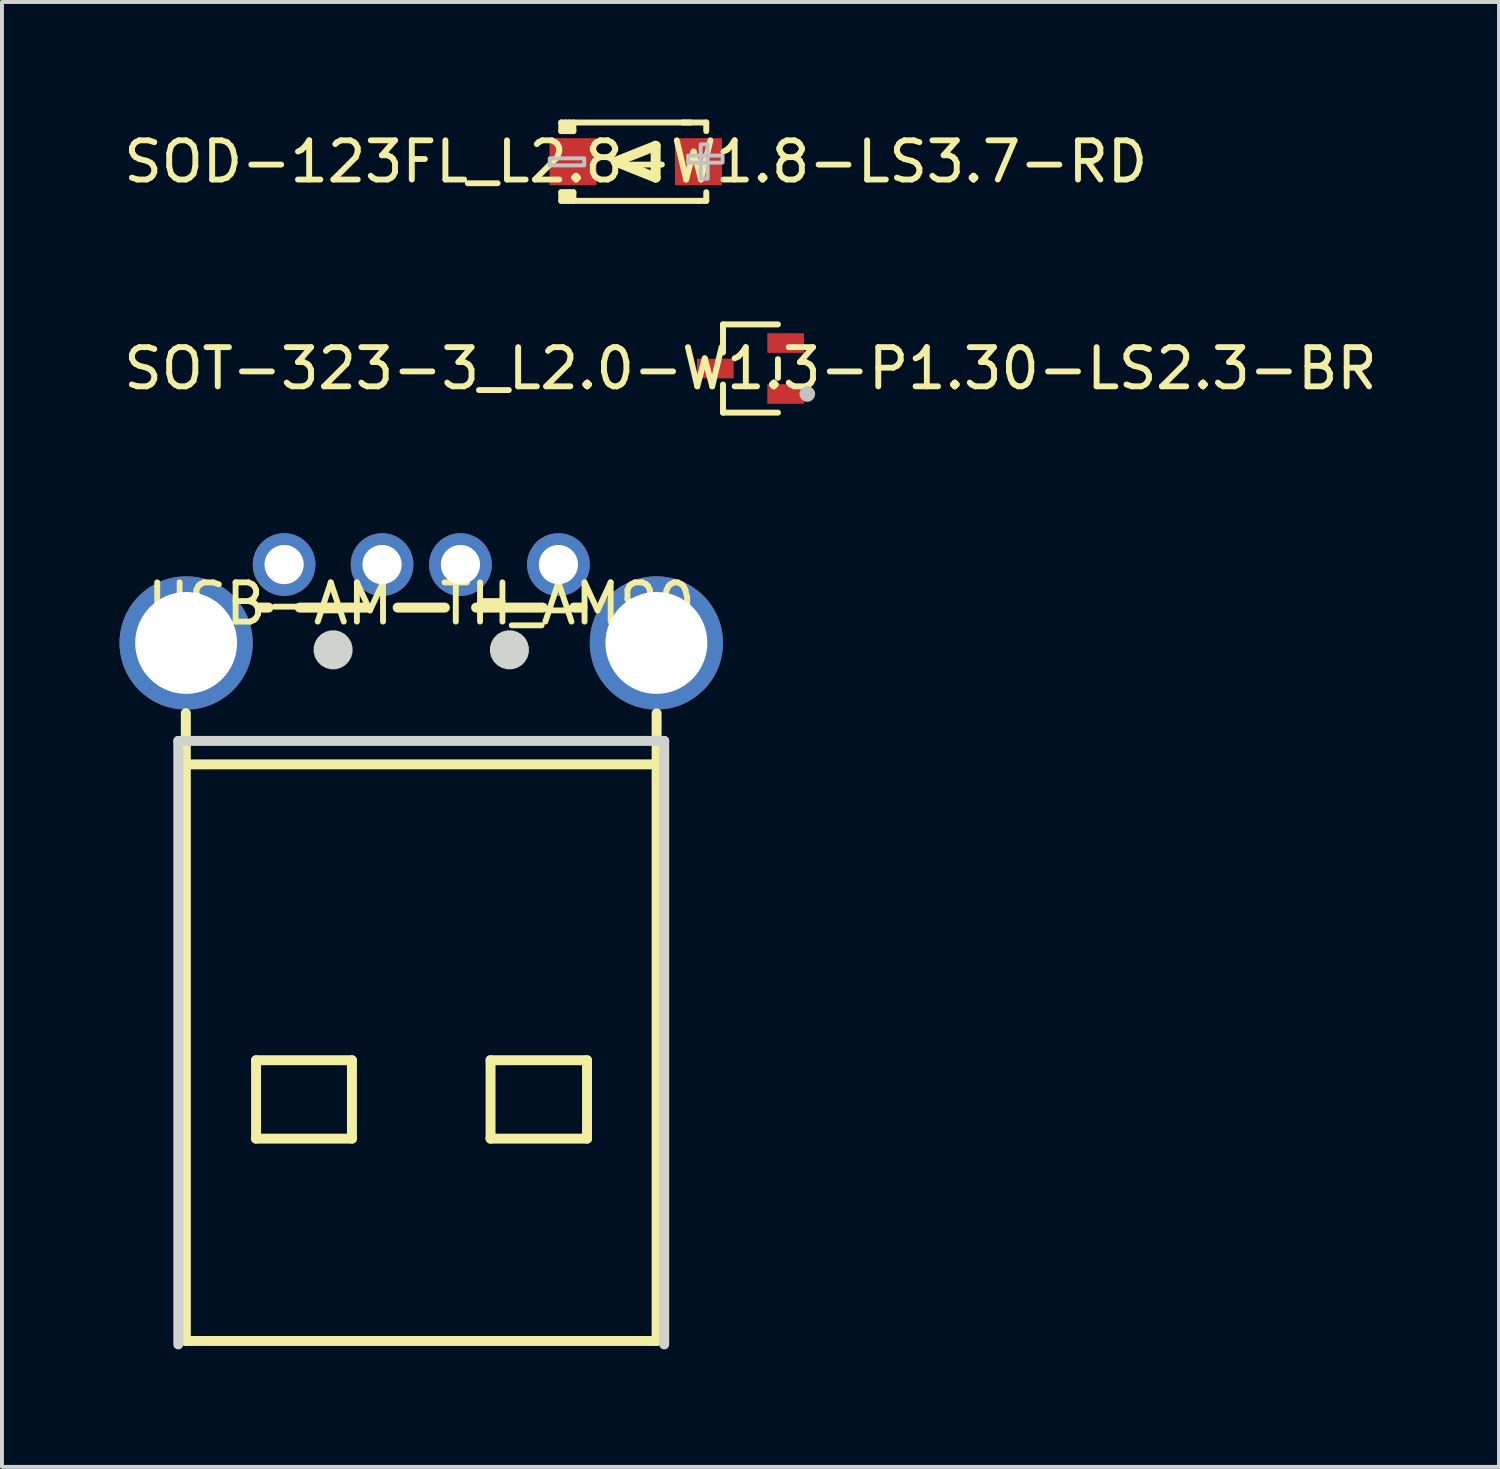
<source format=kicad_pcb>
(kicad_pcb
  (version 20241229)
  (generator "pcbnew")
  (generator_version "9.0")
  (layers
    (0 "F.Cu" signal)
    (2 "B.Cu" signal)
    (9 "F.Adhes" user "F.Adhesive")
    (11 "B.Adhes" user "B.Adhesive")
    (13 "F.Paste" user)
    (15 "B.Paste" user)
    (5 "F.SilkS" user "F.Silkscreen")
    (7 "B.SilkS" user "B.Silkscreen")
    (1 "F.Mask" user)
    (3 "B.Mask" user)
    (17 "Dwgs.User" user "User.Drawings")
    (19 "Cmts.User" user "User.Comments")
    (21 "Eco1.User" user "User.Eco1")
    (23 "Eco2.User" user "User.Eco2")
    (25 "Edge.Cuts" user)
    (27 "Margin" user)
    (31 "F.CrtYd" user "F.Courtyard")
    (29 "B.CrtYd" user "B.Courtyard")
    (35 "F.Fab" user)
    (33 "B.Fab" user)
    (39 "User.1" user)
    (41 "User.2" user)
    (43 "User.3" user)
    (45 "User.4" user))
  (footprint "USB-AM-TH_AM90"
    (layer "F.Cu")
    (at 7.7 12.357)
    (property "Reference" "USB-AM-TH_AM90" (at 0 0 0) (layer "F.SilkS") (effects (font (size 1 1) (thickness 0.15))))
    (fp_line (start -6.008 4.098) (end 6.006 4.098) (stroke (width 0.254) (type default)) (layer "F.SilkS"))
    (fp_line (start -6.008 18.812) (end -6.008 2.792) (stroke (width 0.254) (type default)) (layer "F.SilkS"))
    (fp_line (start -4.216 11.649) (end -1.769 11.649) (stroke (width 0.254) (type default)) (layer "F.SilkS"))
    (fp_line (start -4.216 13.649) (end -4.216 11.649) (stroke (width 0.254) (type default)) (layer "F.SilkS"))
    (fp_line (start -4.117 0.098) (end -3.898 0.098) (stroke (width 0.254) (type default)) (layer "F.SilkS"))
    (fp_line (start -3.102 0.098) (end -1.399 0.098) (stroke (width 0.254) (type default)) (layer "F.SilkS"))
    (fp_line (start -1.769 13.649) (end -4.216 13.649) (stroke (width 0.254) (type default)) (layer "F.SilkS"))
    (fp_line (start -1.769 13.649) (end -1.769 11.649) (stroke (width 0.254) (type default)) (layer "F.SilkS"))
    (fp_line (start -0.602 0.098) (end 0.602 0.098) (stroke (width 0.254) (type default)) (layer "F.SilkS"))
    (fp_line (start 1.399 0.098) (end 3.102 0.098) (stroke (width 0.254) (type default)) (layer "F.SilkS"))
    (fp_line (start 1.768 13.649) (end 1.768 11.649) (stroke (width 0.254) (type default)) (layer "F.SilkS"))
    (fp_line (start 1.768 13.649) (end 4.23 13.649) (stroke (width 0.254) (type default)) (layer "F.SilkS"))
    (fp_line (start 3.897 0.098) (end 4.117 0.098) (stroke (width 0.254) (type default)) (layer "F.SilkS"))
    (fp_line (start 4.23 11.649) (end 1.768 11.649) (stroke (width 0.254) (type default)) (layer "F.SilkS"))
    (fp_line (start 4.23 13.649) (end 4.23 11.649) (stroke (width 0.254) (type default)) (layer "F.SilkS"))
    (fp_line (start 6.006 18.812) (end -6.008 18.812) (stroke (width 0.254) (type default)) (layer "F.SilkS"))
    (fp_line (start 6.006 18.812) (end 6.006 2.797) (stroke (width 0.254) (type default)) (layer "F.SilkS"))
    (fp_line (start -6.2 3.5) (end -6.2 18.9) (stroke (width 0.254) (type default)) (layer "Edge.Cuts"))
    (fp_line (start 6.2 3.5) (end -6.2 3.5) (stroke (width 0.254) (type default)) (layer "Edge.Cuts"))
    (fp_line (start 6.2 18.9) (end 6.2 3.5) (stroke (width 0.254) (type default)) (layer "Edge.Cuts"))
    (fp_poly (pts (xy -1.754 1.11) (xy -1.788 0.984) (xy -1.853 0.871) (xy -1.946 0.778) (xy -2.059 0.713) (xy -2.185 0.679) (xy -2.315 0.679) (xy -2.441 0.713) (xy -2.554 0.778) (xy -2.647 0.871) (xy -2.712 0.984) (xy -2.746 1.11) (xy -2.746 1.24) (xy -2.712 1.366) (xy -2.647 1.479) (xy -2.554 1.572) (xy -2.441 1.637) (xy -2.315 1.671) (xy -2.185 1.671) (xy -2.059 1.637) (xy -1.946 1.572) (xy -1.853 1.479) (xy -1.788 1.366) (xy -1.754 1.24)) (stroke (width 0) (type default)) (fill yes) (layer "Edge.Cuts"))
    (fp_poly (pts (xy 2.746 1.11) (xy 2.712 0.984) (xy 2.647 0.871) (xy 2.554 0.778) (xy 2.441 0.713) (xy 2.315 0.679) (xy 2.185 0.679) (xy 2.059 0.713) (xy 1.946 0.778) (xy 1.853 0.871) (xy 1.788 0.984) (xy 1.754 1.11) (xy 1.754 1.24) (xy 1.788 1.366) (xy 1.853 1.479) (xy 1.946 1.572) (xy 2.059 1.637) (xy 2.185 1.671) (xy 2.315 1.671) (xy 2.441 1.637) (xy 2.554 1.572) (xy 2.647 1.479) (xy 2.712 1.366) (xy 2.746 1.24)) (stroke (width 0) (type default)) (fill yes) (layer "Edge.Cuts"))
    (fp_poly (pts (xy -6.068 2.025) (xy -6.068 -0.025) (xy -5.868 -0.025) (xy -5.868 2.025)) (stroke (width 0.1) (type default)) (fill no) (layer "User.1"))
    (fp_poly (pts (xy -3.804 -0.017) (xy -3.804 -1.216) (xy -3.195 -1.216) (xy -3.195 -0.017)) (stroke (width 0.1) (type default)) (fill no) (layer "User.1"))
    (fp_poly (pts (xy -3.8 -0.95) (xy -3.8 -1.05) (xy -3.2 -1.05) (xy -3.2 -0.95)) (stroke (width 0.1) (type default)) (fill no) (layer "User.1"))
    (fp_poly (pts (xy -1.304 -0.02) (xy -1.304 -1.22) (xy -0.695 -1.22) (xy -0.695 -0.02)) (stroke (width 0.1) (type default)) (fill no) (layer "User.1"))
    (fp_poly (pts (xy -1.3 -0.95) (xy -1.3 -1.05) (xy -0.7 -1.05) (xy -0.7 -0.95)) (stroke (width 0.1) (type default)) (fill no) (layer "User.1"))
    (fp_poly (pts (xy 0.696 -0.018) (xy 0.696 -1.218) (xy 1.306 -1.218) (xy 1.306 -0.018)) (stroke (width 0.1) (type default)) (fill no) (layer "User.1"))
    (fp_poly (pts (xy 0.7 -0.95) (xy 0.7 -1.05) (xy 1.3 -1.05) (xy 1.3 -0.95)) (stroke (width 0.1) (type default)) (fill no) (layer "User.1"))
    (fp_poly (pts (xy 3.196 -0.018) (xy 3.196 -1.218) (xy 3.805 -1.218) (xy 3.805 -0.018)) (stroke (width 0.1) (type default)) (fill no) (layer "User.1"))
    (fp_poly (pts (xy 3.2 -0.95) (xy 3.2 -1.05) (xy 3.8 -1.05) (xy 3.8 -0.95)) (stroke (width 0.1) (type default)) (fill no) (layer "User.1"))
    (fp_poly (pts (xy 5.732 2.025) (xy 5.732 -0.025) (xy 5.932 -0.025) (xy 5.932 2.025)) (stroke (width 0.1) (type default)) (fill no) (layer "User.1"))
    (fp_line (start -6.068 -0.021) (end 5.932 -0.021) (stroke (width 0.051) (type default)) (layer "User.2"))
    (fp_line (start -6.068 18.779) (end -6.068 -0.021) (stroke (width 0.051) (type default)) (layer "User.2"))
    (fp_line (start 5.932 -0.021) (end 5.932 18.779) (stroke (width 0.051) (type default)) (layer "User.2"))
    (fp_line (start 5.932 18.779) (end -6.068 18.779) (stroke (width 0.051) (type default)) (layer "User.2"))
    (fp_poly (pts (xy 5.987 -1.242) (xy 5.955 -1.275) (xy 5.909 -1.275) (xy 5.877 -1.242) (xy 5.877 -1.197) (xy 5.909 -1.164) (xy 5.955 -1.164) (xy 5.987 -1.197)) (stroke (width 0.1) (type default)) (fill no) (layer "User.3"))
    (pad "1" thru_hole circle (at 3.5 -1 270) (size 1.6 1.6) (drill 1) (layers "*.Cu" "*.Mask"))
    (pad "2" thru_hole circle (at 1 -1 270) (size 1.6 1.6) (drill 1) (layers "*.Cu" "*.Mask"))
    (pad "3" thru_hole circle (at -1 -1 270) (size 1.6 1.6) (drill 1) (layers "*.Cu" "*.Mask"))
    (pad "4" thru_hole circle (at -3.5 -1 270) (size 1.6 1.6) (drill 1) (layers "*.Cu" "*.Mask"))
    (pad "MH1" thru_hole circle (at 6 1 270) (size 3.4 3.4) (drill 2.6) (layers "*.Cu" "*.Mask"))
    (pad "MH2" thru_hole circle (at -6 1 270) (size 3.4 3.4) (drill 2.6) (layers "*.Cu" "*.Mask")))
  (footprint "SOT-323-3_L2.0-W1.3-P1.30-LS2.3-BR"
    (layer "F.Cu")
    (at 16.101 6.354)
    (property "Reference" "SOT-323-3_L2.0-W1.3-P1.30-LS2.3-BR" (at 0 0 0) (layer "F.SilkS") (effects (font (size 1 1) (thickness 0.15))))
    (fp_line (start -0.701 -1.126) (end -0.701 -0.41) (stroke (width 0.152) (type default)) (layer "F.SilkS"))
    (fp_line (start -0.701 1.126) (end -0.701 0.41) (stroke (width 0.152) (type default)) (layer "F.SilkS"))
    (fp_line (start 0.701 -1.126) (end -0.701 -1.126) (stroke (width 0.152) (type default)) (layer "F.SilkS"))
    (fp_line (start 0.701 -0.239) (end 0.701 0.239) (stroke (width 0.152) (type default)) (layer "F.SilkS"))
    (fp_line (start 0.701 1.126) (end -0.701 1.126) (stroke (width 0.152) (type default)) (layer "F.SilkS"))
    (fp_circle (center 1.45 0.65) (end 1.55 0.65) (stroke (width 0.2) (type default)) (fill no) (layer "Dwgs.User"))
    (fp_poly (pts (xy -1.15 0.15) (xy -1.15 -0.15) (xy -0.75 -0.15) (xy -0.75 0.15)) (stroke (width 0.1) (type default)) (fill no) (layer "User.1"))
    (fp_poly (pts (xy -0.76 0.15) (xy -0.76 -0.15) (xy -0.64 -0.15) (xy -0.64 0.15)) (stroke (width 0.1) (type default)) (fill no) (layer "User.1"))
    (fp_poly (pts (xy 0.64 -0.5) (xy 0.64 -0.8) (xy 0.76 -0.8) (xy 0.76 -0.5)) (stroke (width 0.1) (type default)) (fill no) (layer "User.1"))
    (fp_poly (pts (xy 0.64 0.8) (xy 0.64 0.5) (xy 0.76 0.5) (xy 0.76 0.8)) (stroke (width 0.1) (type default)) (fill no) (layer "User.1"))
    (fp_poly (pts (xy 0.75 -0.5) (xy 0.75 -0.8) (xy 1.15 -0.8) (xy 1.15 -0.5)) (stroke (width 0.1) (type default)) (fill no) (layer "User.1"))
    (fp_poly (pts (xy 0.75 0.8) (xy 0.75 0.5) (xy 1.15 0.5) (xy 1.15 0.8)) (stroke (width 0.1) (type default)) (fill no) (layer "User.1"))
    (fp_line (start -0.65 -1) (end 0.65 -1) (stroke (width 0.051) (type default)) (layer "User.2"))
    (fp_line (start -0.65 1) (end -0.65 -1) (stroke (width 0.051) (type default)) (layer "User.2"))
    (fp_line (start 0.65 -1) (end 0.65 1) (stroke (width 0.051) (type default)) (layer "User.2"))
    (fp_line (start 0.65 1) (end -0.65 1) (stroke (width 0.051) (type default)) (layer "User.2"))
    (fp_poly (pts (xy 1.205 1.027) (xy 1.173 0.995) (xy 1.127 0.995) (xy 1.095 1.027) (xy 1.095 1.073) (xy 1.127 1.105) (xy 1.173 1.105) (xy 1.205 1.073)) (stroke (width 0.1) (type default)) (fill no) (layer "User.3"))
    (pad "1" smd rect (at 0.898 0.65) (size 0.936 0.5) (layers "F.Cu" "F.Mask" "F.Paste"))
    (pad "2" smd rect (at 0.898 -0.65) (size 0.936 0.5) (layers "F.Cu" "F.Mask" "F.Paste"))
    (pad "3" smd rect (at -0.898 0) (size 0.936 0.5) (layers "F.Cu" "F.Mask" "F.Paste")))
  (footprint "SOD-123FL_L2.8-W1.8-LS3.7-RD"
    (layer "F.Cu")
    (at 13.173 1.076)
    (property "Reference" "SOD-123FL_L2.8-W1.8-LS3.7-RD" (at 0 0 0) (layer "F.SilkS") (effects (font (size 1 1) (thickness 0.15))))
    (fp_line (start -1.9 -1) (end -1.9 -0.78) (stroke (width 0.152) (type default)) (layer "F.SilkS"))
    (fp_line (start -1.9 0.78) (end -1.9 1) (stroke (width 0.152) (type default)) (layer "F.SilkS"))
    (fp_line (start -1.9 1) (end 1.6 1) (stroke (width 0.152) (type default)) (layer "F.SilkS"))
    (fp_line (start -1.792 -0.78) (end -1.792 -1) (stroke (width 0.152) (type default)) (layer "F.SilkS"))
    (fp_line (start -1.792 1) (end -1.792 0.78) (stroke (width 0.152) (type default)) (layer "F.SilkS"))
    (fp_line (start -1.691 -1) (end -1.691 -0.78) (stroke (width 0.152) (type default)) (layer "F.SilkS"))
    (fp_line (start -1.691 0.78) (end -1.691 1) (stroke (width 0.152) (type default)) (layer "F.SilkS"))
    (fp_line (start -1.591 -1) (end -1.591 -0.78) (stroke (width 0.152) (type default)) (layer "F.SilkS"))
    (fp_line (start -1.591 -0.78) (end -1.9 -0.78) (stroke (width 0.152) (type default)) (layer "F.SilkS"))
    (fp_line (start -1.591 0.78) (end -1.9 0.78) (stroke (width 0.152) (type default)) (layer "F.SilkS"))
    (fp_line (start -1.591 0.78) (end -1.591 1) (stroke (width 0.152) (type default)) (layer "F.SilkS"))
    (fp_line (start -0.508 0) (end 0.508 -0.406) (stroke (width 0.254) (type default)) (layer "F.SilkS"))
    (fp_line (start 0.508 -0.406) (end 0.508 0.406) (stroke (width 0.254) (type default)) (layer "F.SilkS"))
    (fp_line (start 0.508 0.406) (end -0.508 0) (stroke (width 0.254) (type default)) (layer "F.SilkS"))
    (fp_line (start 1.4 -1) (end -1.9 -1) (stroke (width 0.152) (type default)) (layer "F.SilkS"))
    (fp_line (start 1.6 1) (end 1.8 1) (stroke (width 0.152) (type default)) (layer "F.SilkS"))
    (fp_line (start 1.8 -1) (end 1.2 -1) (stroke (width 0.152) (type default)) (layer "F.SilkS"))
    (fp_line (start 1.8 -0.78) (end 1.8 -1) (stroke (width 0.152) (type default)) (layer "F.SilkS"))
    (fp_line (start 1.8 1) (end 1.8 0.78) (stroke (width 0.152) (type default)) (layer "F.SilkS"))
    (fp_poly (pts (xy -1.314 0.094) (xy -2.194 0.094) (xy -2.194 -0.086) (xy -1.314 -0.086)) (stroke (width 0.1) (type default)) (fill no) (layer "Dwgs.User"))
    (fp_poly (pts (xy 1.657 0.436) (xy 1.657 -0.444) (xy 1.836 -0.444) (xy 1.836 0.436)) (stroke (width 0.1) (type default)) (fill no) (layer "Dwgs.User"))
    (fp_poly (pts (xy 2.216 0.024) (xy 1.336 0.024) (xy 1.336 -0.156) (xy 2.216 -0.156)) (stroke (width 0.1) (type default)) (fill no) (layer "Dwgs.User"))
    (fp_poly (pts (xy -1.85 -0.475) (xy -1.05 -0.475) (xy -1.05 0.475) (xy -1.85 0.475)) (stroke (width 0.1) (type default)) (fill no) (layer "User.1"))
    (fp_poly (pts (xy 1.05 -0.475) (xy 1.85 -0.475) (xy 1.85 0.475) (xy 1.05 0.475)) (stroke (width 0.1) (type default)) (fill no) (layer "User.1"))
    (fp_line (start -1.4 -0.9) (end 1.4 -0.9) (stroke (width 0.051) (type default)) (layer "User.2"))
    (fp_line (start -1.4 0.9) (end -1.4 -0.9) (stroke (width 0.051) (type default)) (layer "User.2"))
    (fp_line (start 1.4 -0.9) (end 1.4 0.9) (stroke (width 0.051) (type default)) (layer "User.2"))
    (fp_line (start 1.4 0.9) (end -1.4 0.9) (stroke (width 0.051) (type default)) (layer "User.2"))
    (fp_poly (pts (xy -1.795 0.877) (xy -1.827 0.845) (xy -1.873 0.845) (xy -1.905 0.877) (xy -1.905 0.923) (xy -1.873 0.955) (xy -1.827 0.955) (xy -1.795 0.923)) (stroke (width 0.1) (type default)) (fill no) (layer "User.3"))
    (pad "1" smd rect (at -1.6 0) (size 1.2 1.2) (layers "F.Cu" "F.Mask" "F.Paste"))
    (pad "2" smd rect (at 1.6 0) (size 1.2 1.2) (layers "F.Cu" "F.Mask" "F.Paste")))
  (gr_rect
    (start -3 -3)
    (end 35.202 34.383)
    (stroke (width 0.1) (type default))
    (fill no)
    (layer "Edge.Cuts")))
</source>
